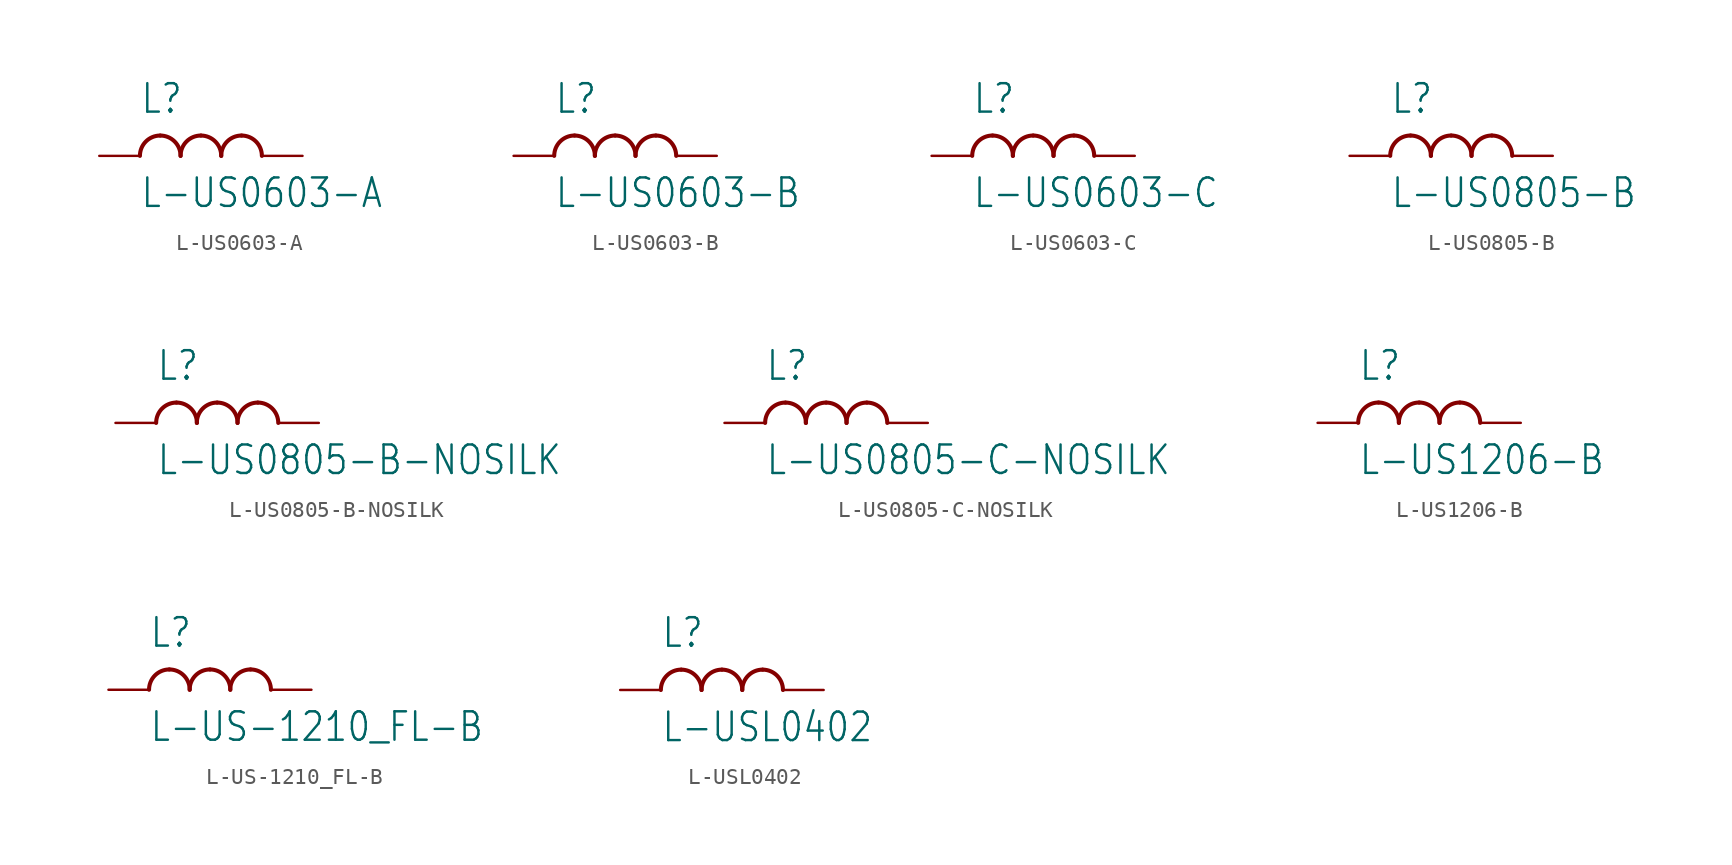
<source format=kicad_sym>
(kicad_symbol_lib
  (version 20211014)
  (generator kicad_symbol_editor)
  (symbol "L-US0603-A"
    (property "Reference" "L"
      (at -5.08 2.54 0)
      (effects (font (size 1.778 1.511)) (justify left bottom)))
    (property "Value" "L-US0603-A"
      (at -5.08 -1.27 0)
      (effects (font (size 1.778 1.511)) (justify left top)))
    (property "ki_locked" ""
      (at 0 0 0)
      (effects (font (size 1.27 1.27))))
    (symbol "L-US0603-A_1_0"
      (arc (start -3.81 1.27) (mid -4.708 0.898) (end -5.08 0) (stroke (width 0.254) (type default) (color 0 0 0 0)) (fill (type none)))
      (arc (start -2.54 0) (mid -2.912 0.898) (end -3.81 1.27) (stroke (width 0.254) (type default) (color 0 0 0 0)) (fill (type none)))
      (arc (start -1.27 1.27) (mid -2.168 0.898) (end -2.54 0) (stroke (width 0.254) (type default) (color 0 0 0 0)) (fill (type none)))
      (arc (start 0 0) (mid -0.372 0.898) (end -1.27 1.27) (stroke (width 0.254) (type default) (color 0 0 0 0)) (fill (type none)))
      (arc (start 1.27 1.27) (mid 0.372 0.898) (end 0 0) (stroke (width 0.254) (type default) (color 0 0 0 0)) (fill (type none)))
      (arc (start 2.54 0) (mid 2.168 0.898) (end 1.27 1.27) (stroke (width 0.254) (type default) (color 0 0 0 0)) (fill (type none)))
      (pin passive line (at -7.62 0 0) (length 2.54) (name "1" (effects (font (size 0 0)))) (number "1" (effects (font (size 0 0)))))
      (pin passive line (at 5.08 0 180) (length 2.54) (name "2" (effects (font (size 0 0)))) (number "2" (effects (font (size 0 0)))))))
  (symbol "L-US0603-B"
    (property "Reference" "L"
      (at -5.08 2.54 0)
      (effects (font (size 1.778 1.511)) (justify left bottom)))
    (property "Value" "L-US0603-B"
      (at -5.08 -1.27 0)
      (effects (font (size 1.778 1.511)) (justify left top)))
    (property "ki_locked" ""
      (at 0 0 0)
      (effects (font (size 1.27 1.27))))
    (symbol "L-US0603-B_1_0"
      (arc (start -3.81 1.27) (mid -4.708 0.898) (end -5.08 0) (stroke (width 0.254) (type default) (color 0 0 0 0)) (fill (type none)))
      (arc (start -2.54 0) (mid -2.912 0.898) (end -3.81 1.27) (stroke (width 0.254) (type default) (color 0 0 0 0)) (fill (type none)))
      (arc (start -1.27 1.27) (mid -2.168 0.898) (end -2.54 0) (stroke (width 0.254) (type default) (color 0 0 0 0)) (fill (type none)))
      (arc (start 0 0) (mid -0.372 0.898) (end -1.27 1.27) (stroke (width 0.254) (type default) (color 0 0 0 0)) (fill (type none)))
      (arc (start 1.27 1.27) (mid 0.372 0.898) (end 0 0) (stroke (width 0.254) (type default) (color 0 0 0 0)) (fill (type none)))
      (arc (start 2.54 0) (mid 2.168 0.898) (end 1.27 1.27) (stroke (width 0.254) (type default) (color 0 0 0 0)) (fill (type none)))
      (pin passive line (at -7.62 0 0) (length 2.54) (name "1" (effects (font (size 0 0)))) (number "1" (effects (font (size 0 0)))))
      (pin passive line (at 5.08 0 180) (length 2.54) (name "2" (effects (font (size 0 0)))) (number "2" (effects (font (size 0 0)))))))
  (symbol "L-US0603-C"
    (property "Reference" "L"
      (at -5.08 2.54 0)
      (effects (font (size 1.778 1.511)) (justify left bottom)))
    (property "Value" "L-US0603-C"
      (at -5.08 -1.27 0)
      (effects (font (size 1.778 1.511)) (justify left top)))
    (property "ki_locked" ""
      (at 0 0 0)
      (effects (font (size 1.27 1.27))))
    (symbol "L-US0603-C_1_0"
      (arc (start -3.81 1.27) (mid -4.708 0.898) (end -5.08 0) (stroke (width 0.254) (type default) (color 0 0 0 0)) (fill (type none)))
      (arc (start -2.54 0) (mid -2.912 0.898) (end -3.81 1.27) (stroke (width 0.254) (type default) (color 0 0 0 0)) (fill (type none)))
      (arc (start -1.27 1.27) (mid -2.168 0.898) (end -2.54 0) (stroke (width 0.254) (type default) (color 0 0 0 0)) (fill (type none)))
      (arc (start 0 0) (mid -0.372 0.898) (end -1.27 1.27) (stroke (width 0.254) (type default) (color 0 0 0 0)) (fill (type none)))
      (arc (start 1.27 1.27) (mid 0.372 0.898) (end 0 0) (stroke (width 0.254) (type default) (color 0 0 0 0)) (fill (type none)))
      (arc (start 2.54 0) (mid 2.168 0.898) (end 1.27 1.27) (stroke (width 0.254) (type default) (color 0 0 0 0)) (fill (type none)))
      (pin passive line (at -7.62 0 0) (length 2.54) (name "1" (effects (font (size 0 0)))) (number "1" (effects (font (size 0 0)))))
      (pin passive line (at 5.08 0 180) (length 2.54) (name "2" (effects (font (size 0 0)))) (number "2" (effects (font (size 0 0)))))))
  (symbol "L-US0805-B"
    (property "Reference" "L"
      (at -5.08 2.54 0)
      (effects (font (size 1.778 1.511)) (justify left bottom)))
    (property "Value" "L-US0805-B"
      (at -5.08 -1.27 0)
      (effects (font (size 1.778 1.511)) (justify left top)))
    (property "ki_locked" ""
      (at 0 0 0)
      (effects (font (size 1.27 1.27))))
    (symbol "L-US0805-B_1_0"
      (arc (start -3.81 1.27) (mid -4.708 0.898) (end -5.08 0) (stroke (width 0.254) (type default) (color 0 0 0 0)) (fill (type none)))
      (arc (start -2.54 0) (mid -2.912 0.898) (end -3.81 1.27) (stroke (width 0.254) (type default) (color 0 0 0 0)) (fill (type none)))
      (arc (start -1.27 1.27) (mid -2.168 0.898) (end -2.54 0) (stroke (width 0.254) (type default) (color 0 0 0 0)) (fill (type none)))
      (arc (start 0 0) (mid -0.372 0.898) (end -1.27 1.27) (stroke (width 0.254) (type default) (color 0 0 0 0)) (fill (type none)))
      (arc (start 1.27 1.27) (mid 0.372 0.898) (end 0 0) (stroke (width 0.254) (type default) (color 0 0 0 0)) (fill (type none)))
      (arc (start 2.54 0) (mid 2.168 0.898) (end 1.27 1.27) (stroke (width 0.254) (type default) (color 0 0 0 0)) (fill (type none)))
      (pin passive line (at -7.62 0 0) (length 2.54) (name "1" (effects (font (size 0 0)))) (number "1" (effects (font (size 0 0)))))
      (pin passive line (at 5.08 0 180) (length 2.54) (name "2" (effects (font (size 0 0)))) (number "2" (effects (font (size 0 0)))))))
  (symbol "L-US0805-B-NOSILK"
    (property "Reference" "L"
      (at -5.08 2.54 0)
      (effects (font (size 1.778 1.511)) (justify left bottom)))
    (property "Value" "L-US0805-B-NOSILK"
      (at -5.08 -1.27 0)
      (effects (font (size 1.778 1.511)) (justify left top)))
    (property "ki_locked" ""
      (at 0 0 0)
      (effects (font (size 1.27 1.27))))
    (symbol "L-US0805-B-NOSILK_1_0"
      (arc (start -3.81 1.27) (mid -4.708 0.898) (end -5.08 0) (stroke (width 0.254) (type default) (color 0 0 0 0)) (fill (type none)))
      (arc (start -2.54 0) (mid -2.912 0.898) (end -3.81 1.27) (stroke (width 0.254) (type default) (color 0 0 0 0)) (fill (type none)))
      (arc (start -1.27 1.27) (mid -2.168 0.898) (end -2.54 0) (stroke (width 0.254) (type default) (color 0 0 0 0)) (fill (type none)))
      (arc (start 0 0) (mid -0.372 0.898) (end -1.27 1.27) (stroke (width 0.254) (type default) (color 0 0 0 0)) (fill (type none)))
      (arc (start 1.27 1.27) (mid 0.372 0.898) (end 0 0) (stroke (width 0.254) (type default) (color 0 0 0 0)) (fill (type none)))
      (arc (start 2.54 0) (mid 2.168 0.898) (end 1.27 1.27) (stroke (width 0.254) (type default) (color 0 0 0 0)) (fill (type none)))
      (pin passive line (at -7.62 0 0) (length 2.54) (name "1" (effects (font (size 0 0)))) (number "1" (effects (font (size 0 0)))))
      (pin passive line (at 5.08 0 180) (length 2.54) (name "2" (effects (font (size 0 0)))) (number "2" (effects (font (size 0 0)))))))
  (symbol "L-US0805-C-NOSILK"
    (property "Reference" "L"
      (at -5.08 2.54 0)
      (effects (font (size 1.778 1.511)) (justify left bottom)))
    (property "Value" "L-US0805-C-NOSILK"
      (at -5.08 -1.27 0)
      (effects (font (size 1.778 1.511)) (justify left top)))
    (property "ki_locked" ""
      (at 0 0 0)
      (effects (font (size 1.27 1.27))))
    (symbol "L-US0805-C-NOSILK_1_0"
      (arc (start -3.81 1.27) (mid -4.708 0.898) (end -5.08 0) (stroke (width 0.254) (type default) (color 0 0 0 0)) (fill (type none)))
      (arc (start -2.54 0) (mid -2.912 0.898) (end -3.81 1.27) (stroke (width 0.254) (type default) (color 0 0 0 0)) (fill (type none)))
      (arc (start -1.27 1.27) (mid -2.168 0.898) (end -2.54 0) (stroke (width 0.254) (type default) (color 0 0 0 0)) (fill (type none)))
      (arc (start 0 0) (mid -0.372 0.898) (end -1.27 1.27) (stroke (width 0.254) (type default) (color 0 0 0 0)) (fill (type none)))
      (arc (start 1.27 1.27) (mid 0.372 0.898) (end 0 0) (stroke (width 0.254) (type default) (color 0 0 0 0)) (fill (type none)))
      (arc (start 2.54 0) (mid 2.168 0.898) (end 1.27 1.27) (stroke (width 0.254) (type default) (color 0 0 0 0)) (fill (type none)))
      (pin passive line (at -7.62 0 0) (length 2.54) (name "1" (effects (font (size 0 0)))) (number "1" (effects (font (size 0 0)))))
      (pin passive line (at 5.08 0 180) (length 2.54) (name "2" (effects (font (size 0 0)))) (number "2" (effects (font (size 0 0)))))))
  (symbol "L-US1206-B"
    (property "Reference" "L"
      (at -5.08 2.54 0)
      (effects (font (size 1.778 1.511)) (justify left bottom)))
    (property "Value" "L-US1206-B"
      (at -5.08 -1.27 0)
      (effects (font (size 1.778 1.511)) (justify left top)))
    (property "ki_locked" ""
      (at 0 0 0)
      (effects (font (size 1.27 1.27))))
    (symbol "L-US1206-B_1_0"
      (arc (start -3.81 1.27) (mid -4.708 0.898) (end -5.08 0) (stroke (width 0.254) (type default) (color 0 0 0 0)) (fill (type none)))
      (arc (start -2.54 0) (mid -2.912 0.898) (end -3.81 1.27) (stroke (width 0.254) (type default) (color 0 0 0 0)) (fill (type none)))
      (arc (start -1.27 1.27) (mid -2.168 0.898) (end -2.54 0) (stroke (width 0.254) (type default) (color 0 0 0 0)) (fill (type none)))
      (arc (start 0 0) (mid -0.372 0.898) (end -1.27 1.27) (stroke (width 0.254) (type default) (color 0 0 0 0)) (fill (type none)))
      (arc (start 1.27 1.27) (mid 0.372 0.898) (end 0 0) (stroke (width 0.254) (type default) (color 0 0 0 0)) (fill (type none)))
      (arc (start 2.54 0) (mid 2.168 0.898) (end 1.27 1.27) (stroke (width 0.254) (type default) (color 0 0 0 0)) (fill (type none)))
      (pin passive line (at -7.62 0 0) (length 2.54) (name "1" (effects (font (size 0 0)))) (number "1" (effects (font (size 0 0)))))
      (pin passive line (at 5.08 0 180) (length 2.54) (name "2" (effects (font (size 0 0)))) (number "2" (effects (font (size 0 0)))))))
  (symbol "L-US-1210_FL-B"
    (property "Reference" "L"
      (at -5.08 2.54 0)
      (effects (font (size 1.778 1.511)) (justify left bottom)))
    (property "Value" "L-US-1210_FL-B"
      (at -5.08 -1.27 0)
      (effects (font (size 1.778 1.511)) (justify left top)))
    (property "ki_locked" ""
      (at 0 0 0)
      (effects (font (size 1.27 1.27))))
    (symbol "L-US-1210_FL-B_1_0"
      (arc (start -3.81 1.27) (mid -4.708 0.898) (end -5.08 0) (stroke (width 0.254) (type default) (color 0 0 0 0)) (fill (type none)))
      (arc (start -2.54 0) (mid -2.912 0.898) (end -3.81 1.27) (stroke (width 0.254) (type default) (color 0 0 0 0)) (fill (type none)))
      (arc (start -1.27 1.27) (mid -2.168 0.898) (end -2.54 0) (stroke (width 0.254) (type default) (color 0 0 0 0)) (fill (type none)))
      (arc (start 0 0) (mid -0.372 0.898) (end -1.27 1.27) (stroke (width 0.254) (type default) (color 0 0 0 0)) (fill (type none)))
      (arc (start 1.27 1.27) (mid 0.372 0.898) (end 0 0) (stroke (width 0.254) (type default) (color 0 0 0 0)) (fill (type none)))
      (arc (start 2.54 0) (mid 2.168 0.898) (end 1.27 1.27) (stroke (width 0.254) (type default) (color 0 0 0 0)) (fill (type none)))
      (pin passive line (at -7.62 0 0) (length 2.54) (name "1" (effects (font (size 0 0)))) (number "1" (effects (font (size 0 0)))))
      (pin passive line (at 5.08 0 180) (length 2.54) (name "2" (effects (font (size 0 0)))) (number "2" (effects (font (size 0 0)))))))
  (symbol "L-USL0402"
    (property "Reference" "L"
      (at -5.08 2.54 0)
      (effects (font (size 1.778 1.511)) (justify left bottom)))
    (property "Value" "L-USL0402"
      (at -5.08 -1.27 0)
      (effects (font (size 1.778 1.511)) (justify left top)))
    (property "ki_locked" ""
      (at 0 0 0)
      (effects (font (size 1.27 1.27))))
    (symbol "L-USL0402_1_0"
      (arc (start -3.81 1.27) (mid -4.708 0.898) (end -5.08 0) (stroke (width 0.254) (type default) (color 0 0 0 0)) (fill (type none)))
      (arc (start -2.54 0) (mid -2.912 0.898) (end -3.81 1.27) (stroke (width 0.254) (type default) (color 0 0 0 0)) (fill (type none)))
      (arc (start -1.27 1.27) (mid -2.168 0.898) (end -2.54 0) (stroke (width 0.254) (type default) (color 0 0 0 0)) (fill (type none)))
      (arc (start 0 0) (mid -0.372 0.898) (end -1.27 1.27) (stroke (width 0.254) (type default) (color 0 0 0 0)) (fill (type none)))
      (arc (start 1.27 1.27) (mid 0.372 0.898) (end 0 0) (stroke (width 0.254) (type default) (color 0 0 0 0)) (fill (type none)))
      (arc (start 2.54 0) (mid 2.168 0.898) (end 1.27 1.27) (stroke (width 0.254) (type default) (color 0 0 0 0)) (fill (type none)))
      (pin passive line (at -7.62 0 0) (length 2.54) (name "1" (effects (font (size 0 0)))) (number "1" (effects (font (size 0 0)))))
      (pin passive line (at 5.08 0 180) (length 2.54) (name "2" (effects (font (size 0 0)))) (number "2" (effects (font (size 0 0))))))))
</source>
